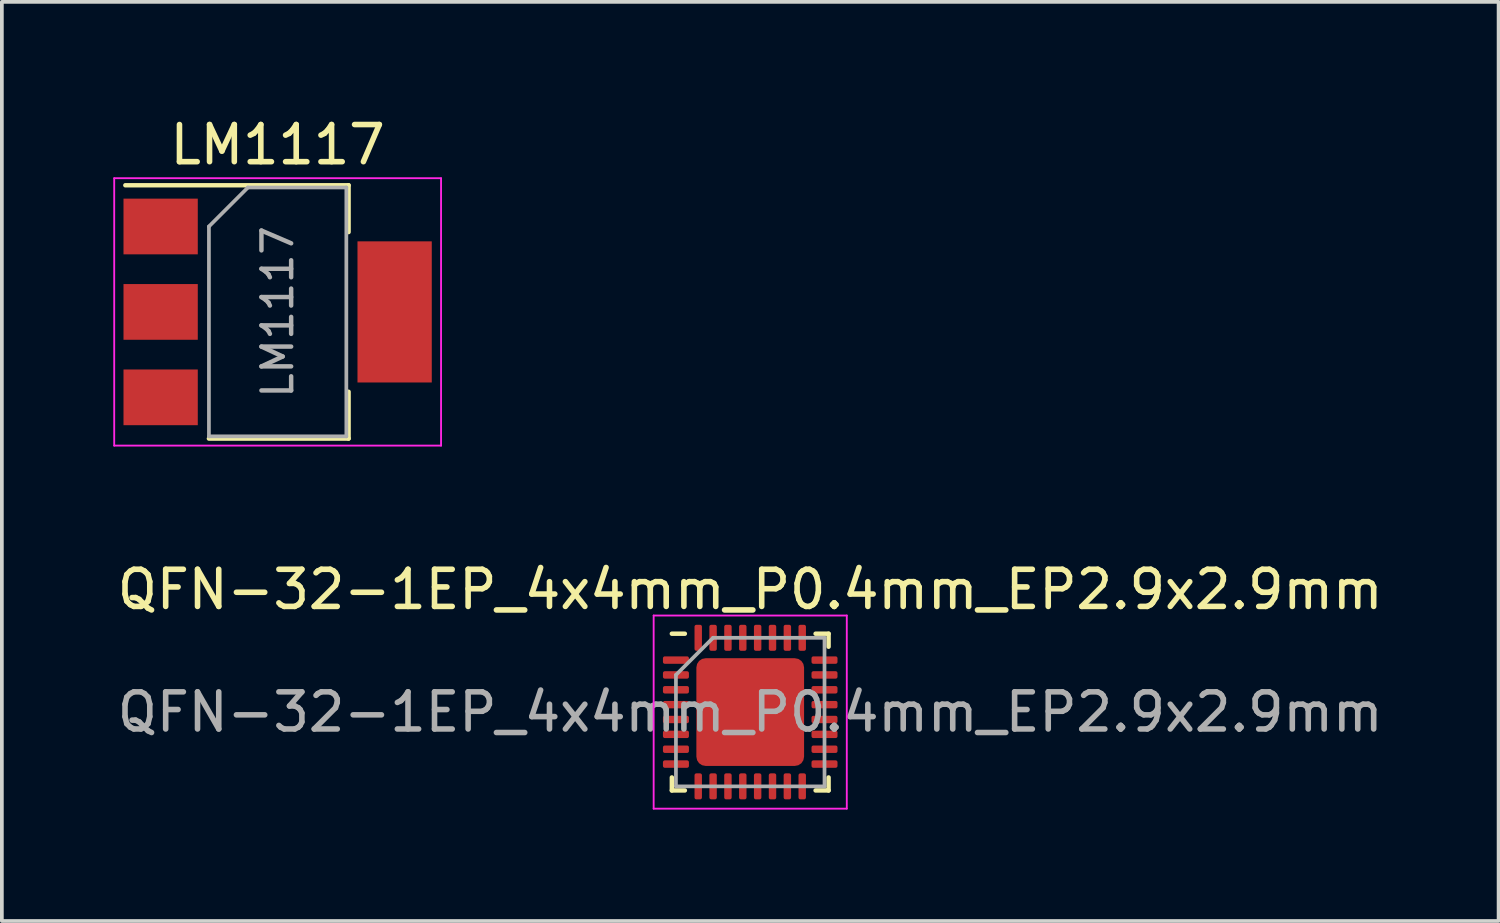
<source format=kicad_pcb>
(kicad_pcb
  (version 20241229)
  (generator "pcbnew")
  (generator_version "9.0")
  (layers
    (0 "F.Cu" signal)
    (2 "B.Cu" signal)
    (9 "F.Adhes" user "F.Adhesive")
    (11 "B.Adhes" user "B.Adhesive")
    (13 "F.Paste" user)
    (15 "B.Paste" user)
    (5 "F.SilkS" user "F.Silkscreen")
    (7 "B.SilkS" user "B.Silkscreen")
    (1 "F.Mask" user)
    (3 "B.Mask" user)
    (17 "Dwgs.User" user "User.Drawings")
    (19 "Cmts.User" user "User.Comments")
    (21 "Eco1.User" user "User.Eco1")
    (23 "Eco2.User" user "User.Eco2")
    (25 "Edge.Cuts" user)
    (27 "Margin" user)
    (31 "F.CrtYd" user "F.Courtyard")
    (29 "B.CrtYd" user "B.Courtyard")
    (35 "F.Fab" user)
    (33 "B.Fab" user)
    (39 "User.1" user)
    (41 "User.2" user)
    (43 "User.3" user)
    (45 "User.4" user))
  (footprint "LM1117"
    (layer "F.Cu")
    (at 4.425 5.348)
    (property "Reference" "LM1117" (at 0 -4.5 0) (layer "F.SilkS") (effects (font (size 1 1) (thickness 0.15))))
    (attr smd)
    (fp_line (start -4.1 -3.41) (end 1.91 -3.41) (stroke (width 0.12) (type solid)) (layer "F.SilkS"))
    (fp_line (start -1.85 3.41) (end 1.91 3.41) (stroke (width 0.12) (type solid)) (layer "F.SilkS"))
    (fp_line (start 1.91 -3.41) (end 1.91 -2.15) (stroke (width 0.12) (type solid)) (layer "F.SilkS"))
    (fp_line (start 1.91 3.41) (end 1.91 2.15) (stroke (width 0.12) (type solid)) (layer "F.SilkS"))
    (fp_line (start -4.4 -3.6) (end -4.4 3.6) (stroke (width 0.05) (type solid)) (layer "F.CrtYd"))
    (fp_line (start -4.4 3.6) (end 4.4 3.6) (stroke (width 0.05) (type solid)) (layer "F.CrtYd"))
    (fp_line (start 4.4 -3.6) (end -4.4 -3.6) (stroke (width 0.05) (type solid)) (layer "F.CrtYd"))
    (fp_line (start 4.4 3.6) (end 4.4 -3.6) (stroke (width 0.05) (type solid)) (layer "F.CrtYd"))
    (fp_line (start -1.85 -2.3) (end -1.85 3.35) (stroke (width 0.1) (type solid)) (layer "F.Fab"))
    (fp_line (start -1.85 -2.3) (end -0.8 -3.35) (stroke (width 0.1) (type solid)) (layer "F.Fab"))
    (fp_line (start -1.85 3.35) (end 1.85 3.35) (stroke (width 0.1) (type solid)) (layer "F.Fab"))
    (fp_line (start -0.8 -3.35) (end 1.85 -3.35) (stroke (width 0.1) (type solid)) (layer "F.Fab"))
    (fp_line (start 1.85 -3.35) (end 1.85 3.35) (stroke (width 0.1) (type solid)) (layer "F.Fab"))
    (fp_text user "${REFERENCE}" (at 0 0 90) (layer "F.Fab") (effects (font (size 0.8 0.8) (thickness 0.12))))
    (pad "1" smd rect (at -3.15 -2.3) (size 2 1.5) (layers "F.Cu" "F.Mask" "F.Paste"))
    (pad "2" smd rect (at -3.15 0) (size 2 1.5) (layers "F.Cu" "F.Mask" "F.Paste"))
    (pad "2" smd rect (at 3.15 0) (size 2 3.8) (layers "F.Cu" "F.Mask" "F.Paste"))
    (pad "3" smd rect (at -3.15 2.3) (size 2 1.5) (layers "F.Cu" "F.Mask" "F.Paste")))
  (footprint "QFN-32-1EP_4x4mm_P0.4mm_EP2.9x2.9mm"
    (layer "F.Cu")
    (at 17.149 16.122)
    (property "Reference" "QFN-32-1EP_4x4mm_P0.4mm_EP2.9x2.9mm" (at 0 -3.3 0) (layer "F.SilkS") (effects (font (size 1 1) (thickness 0.15))))
    (attr smd)
    (fp_line (start -2.11 2.11) (end -2.11 1.76) (stroke (width 0.12) (type solid)) (layer "F.SilkS"))
    (fp_line (start -1.76 -2.11) (end -2.11 -2.11) (stroke (width 0.12) (type solid)) (layer "F.SilkS"))
    (fp_line (start -1.76 2.11) (end -2.11 2.11) (stroke (width 0.12) (type solid)) (layer "F.SilkS"))
    (fp_line (start 1.76 -2.11) (end 2.11 -2.11) (stroke (width 0.12) (type solid)) (layer "F.SilkS"))
    (fp_line (start 1.76 2.11) (end 2.11 2.11) (stroke (width 0.12) (type solid)) (layer "F.SilkS"))
    (fp_line (start 2.11 -2.11) (end 2.11 -1.76) (stroke (width 0.12) (type solid)) (layer "F.SilkS"))
    (fp_line (start 2.11 2.11) (end 2.11 1.76) (stroke (width 0.12) (type solid)) (layer "F.SilkS"))
    (fp_line (start -2.6 -2.6) (end -2.6 2.6) (stroke (width 0.05) (type solid)) (layer "F.CrtYd"))
    (fp_line (start -2.6 2.6) (end 2.6 2.6) (stroke (width 0.05) (type solid)) (layer "F.CrtYd"))
    (fp_line (start 2.6 -2.6) (end -2.6 -2.6) (stroke (width 0.05) (type solid)) (layer "F.CrtYd"))
    (fp_line (start 2.6 2.6) (end 2.6 -2.6) (stroke (width 0.05) (type solid)) (layer "F.CrtYd"))
    (fp_line (start -2 -1) (end -1 -2) (stroke (width 0.1) (type solid)) (layer "F.Fab"))
    (fp_line (start -2 2) (end -2 -1) (stroke (width 0.1) (type solid)) (layer "F.Fab"))
    (fp_line (start -1 -2) (end 2 -2) (stroke (width 0.1) (type solid)) (layer "F.Fab"))
    (fp_line (start 2 -2) (end 2 2) (stroke (width 0.1) (type solid)) (layer "F.Fab"))
    (fp_line (start 2 2) (end -2 2) (stroke (width 0.1) (type solid)) (layer "F.Fab"))
    (fp_text user "${REFERENCE}" (at 0 0 0) (layer "F.Fab") (effects (font (size 1 1) (thickness 0.15))))
    (pad "" smd roundrect (at -0.725 -0.725) (size 1.17 1.17) (layers "F.Paste") (roundrect_rratio 0.214))
    (pad "" smd roundrect (at -0.725 0.725) (size 1.17 1.17) (layers "F.Paste") (roundrect_rratio 0.214))
    (pad "" smd roundrect (at 0.725 -0.725) (size 1.17 1.17) (layers "F.Paste") (roundrect_rratio 0.214))
    (pad "" smd roundrect (at 0.725 0.725) (size 1.17 1.17) (layers "F.Paste") (roundrect_rratio 0.214))
    (pad "1" smd roundrect (at -2 -1.4) (size 0.7 0.2) (layers "F.Cu" "F.Mask" "F.Paste") (roundrect_rratio 0.25))
    (pad "2" smd roundrect (at -2 -1) (size 0.7 0.2) (layers "F.Cu" "F.Mask" "F.Paste") (roundrect_rratio 0.25))
    (pad "3" smd roundrect (at -2 -0.6) (size 0.7 0.2) (layers "F.Cu" "F.Mask" "F.Paste") (roundrect_rratio 0.25))
    (pad "4" smd roundrect (at -2 -0.2) (size 0.7 0.2) (layers "F.Cu" "F.Mask" "F.Paste") (roundrect_rratio 0.25))
    (pad "5" smd roundrect (at -2 0.2) (size 0.7 0.2) (layers "F.Cu" "F.Mask" "F.Paste") (roundrect_rratio 0.25))
    (pad "6" smd roundrect (at -2 0.6) (size 0.7 0.2) (layers "F.Cu" "F.Mask" "F.Paste") (roundrect_rratio 0.25))
    (pad "7" smd roundrect (at -2 1) (size 0.7 0.2) (layers "F.Cu" "F.Mask" "F.Paste") (roundrect_rratio 0.25))
    (pad "8" smd roundrect (at -2 1.4) (size 0.7 0.2) (layers "F.Cu" "F.Mask" "F.Paste") (roundrect_rratio 0.25))
    (pad "9" smd roundrect (at -1.4 2) (size 0.2 0.7) (layers "F.Cu" "F.Mask" "F.Paste") (roundrect_rratio 0.25))
    (pad "10" smd roundrect (at -1 2) (size 0.2 0.7) (layers "F.Cu" "F.Mask" "F.Paste") (roundrect_rratio 0.25))
    (pad "11" smd roundrect (at -0.6 2) (size 0.2 0.7) (layers "F.Cu" "F.Mask" "F.Paste") (roundrect_rratio 0.25))
    (pad "12" smd roundrect (at -0.2 2) (size 0.2 0.7) (layers "F.Cu" "F.Mask" "F.Paste") (roundrect_rratio 0.25))
    (pad "13" smd roundrect (at 0.2 2) (size 0.2 0.7) (layers "F.Cu" "F.Mask" "F.Paste") (roundrect_rratio 0.25))
    (pad "14" smd roundrect (at 0.6 2) (size 0.2 0.7) (layers "F.Cu" "F.Mask" "F.Paste") (roundrect_rratio 0.25))
    (pad "15" smd roundrect (at 1 2) (size 0.2 0.7) (layers "F.Cu" "F.Mask" "F.Paste") (roundrect_rratio 0.25))
    (pad "16" smd roundrect (at 1.4 2) (size 0.2 0.7) (layers "F.Cu" "F.Mask" "F.Paste") (roundrect_rratio 0.25))
    (pad "17" smd roundrect (at 2 1.4) (size 0.7 0.2) (layers "F.Cu" "F.Mask" "F.Paste") (roundrect_rratio 0.25))
    (pad "18" smd roundrect (at 2 1) (size 0.7 0.2) (layers "F.Cu" "F.Mask" "F.Paste") (roundrect_rratio 0.25))
    (pad "19" smd roundrect (at 2 0.6) (size 0.7 0.2) (layers "F.Cu" "F.Mask" "F.Paste") (roundrect_rratio 0.25))
    (pad "20" smd roundrect (at 2 0.2) (size 0.7 0.2) (layers "F.Cu" "F.Mask" "F.Paste") (roundrect_rratio 0.25))
    (pad "21" smd roundrect (at 2 -0.2) (size 0.7 0.2) (layers "F.Cu" "F.Mask" "F.Paste") (roundrect_rratio 0.25))
    (pad "22" smd roundrect (at 2 -0.6) (size 0.7 0.2) (layers "F.Cu" "F.Mask" "F.Paste") (roundrect_rratio 0.25))
    (pad "23" smd roundrect (at 2 -1) (size 0.7 0.2) (layers "F.Cu" "F.Mask" "F.Paste") (roundrect_rratio 0.25))
    (pad "24" smd roundrect (at 2 -1.4) (size 0.7 0.2) (layers "F.Cu" "F.Mask" "F.Paste") (roundrect_rratio 0.25))
    (pad "25" smd roundrect (at 1.4 -2) (size 0.2 0.7) (layers "F.Cu" "F.Mask" "F.Paste") (roundrect_rratio 0.25))
    (pad "26" smd roundrect (at 1 -2) (size 0.2 0.7) (layers "F.Cu" "F.Mask" "F.Paste") (roundrect_rratio 0.25))
    (pad "27" smd roundrect (at 0.6 -2) (size 0.2 0.7) (layers "F.Cu" "F.Mask" "F.Paste") (roundrect_rratio 0.25))
    (pad "28" smd roundrect (at 0.2 -2) (size 0.2 0.7) (layers "F.Cu" "F.Mask" "F.Paste") (roundrect_rratio 0.25))
    (pad "29" smd roundrect (at -0.2 -2) (size 0.2 0.7) (layers "F.Cu" "F.Mask" "F.Paste") (roundrect_rratio 0.25))
    (pad "30" smd roundrect (at -0.6 -2) (size 0.2 0.7) (layers "F.Cu" "F.Mask" "F.Paste") (roundrect_rratio 0.25))
    (pad "31" smd roundrect (at -1 -2) (size 0.2 0.7) (layers "F.Cu" "F.Mask" "F.Paste") (roundrect_rratio 0.25))
    (pad "32" smd roundrect (at -1.4 -2) (size 0.2 0.7) (layers "F.Cu" "F.Mask" "F.Paste") (roundrect_rratio 0.25))
    (pad "33" smd roundrect (at 0 0) (size 2.9 2.9) (layers "F.Cu" "F.Mask") (roundrect_rratio 0.086)))
  (gr_rect
    (start -3 -3)
    (end 37.298 21.747)
    (stroke (width 0.1) (type default))
    (fill no)
    (layer "Edge.Cuts")))
</source>
